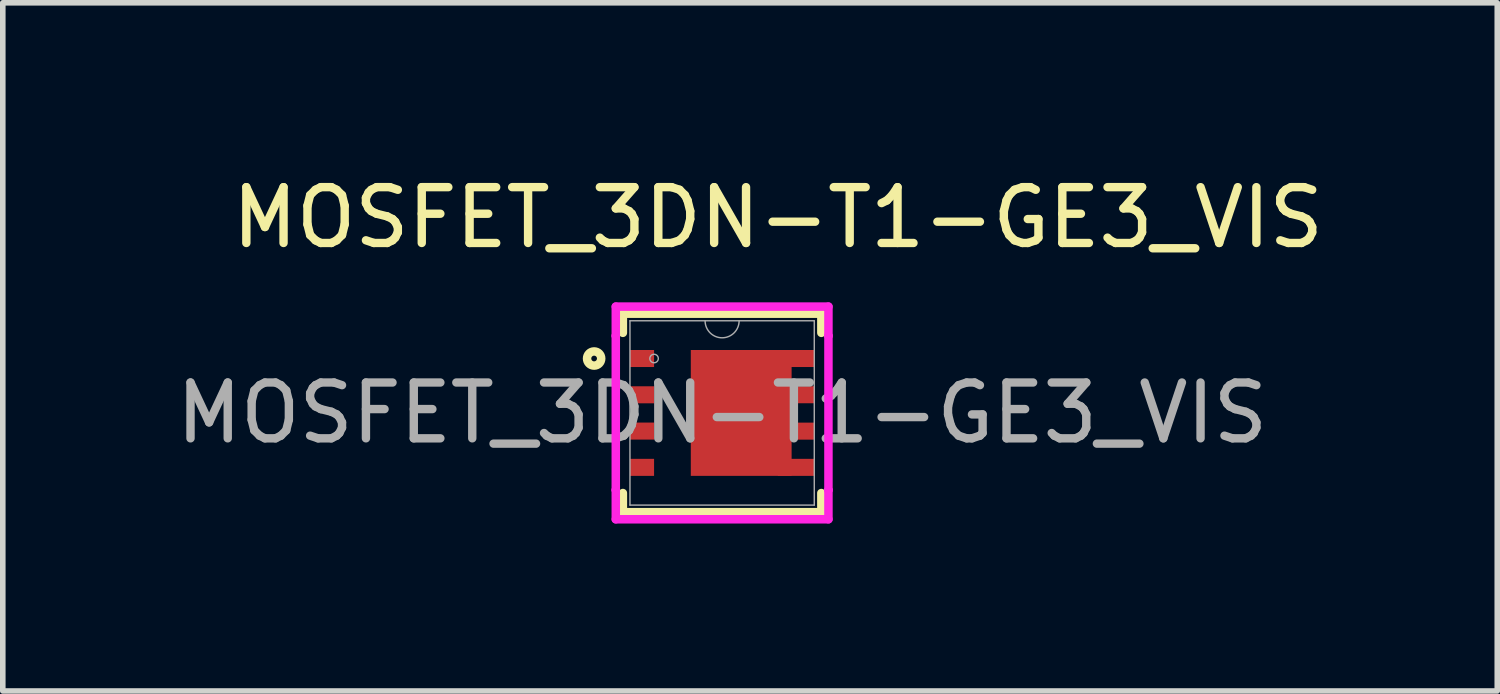
<source format=kicad_pcb>
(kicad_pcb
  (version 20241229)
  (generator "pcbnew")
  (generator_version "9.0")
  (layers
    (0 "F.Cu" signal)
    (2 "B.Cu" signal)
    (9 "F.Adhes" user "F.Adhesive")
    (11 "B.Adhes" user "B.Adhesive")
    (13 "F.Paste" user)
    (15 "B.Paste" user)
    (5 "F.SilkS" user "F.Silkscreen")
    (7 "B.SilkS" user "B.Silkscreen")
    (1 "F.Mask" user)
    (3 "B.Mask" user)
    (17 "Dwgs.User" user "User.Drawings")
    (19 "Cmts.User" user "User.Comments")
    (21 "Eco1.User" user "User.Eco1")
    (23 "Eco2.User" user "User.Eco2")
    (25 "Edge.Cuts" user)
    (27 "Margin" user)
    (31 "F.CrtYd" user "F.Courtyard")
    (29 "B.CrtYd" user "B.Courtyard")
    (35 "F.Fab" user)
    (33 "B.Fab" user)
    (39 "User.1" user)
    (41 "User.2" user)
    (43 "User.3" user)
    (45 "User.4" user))
  (footprint "MOSFET_3DN-T1-GE3_VIS"
    (layer "F.Cu")
    (at 9.887 4.348)
    (property "Reference" "MOSFET_3DN-T1-GE3_VIS" (at 1 -3.5 0) (unlocked yes) (layer "F.SilkS") (effects (font (size 1 1) (thickness 0.15))))
    (attr smd)
    (fp_poly (pts (xy -0.559 -1.126) (xy 1.651 -1.127) (xy 1.651 -0.823) (xy 1.245 -0.823) (xy 1.245 -0.477) (xy 1.651 -0.477) (xy 1.651 -0.173) (xy 1.245 -0.173) (xy 1.245 0.173) (xy 1.651 0.173) (xy 1.651 0.477) (xy 1.245 0.477) (xy 1.245 0.823) (xy 1.651 0.823) (xy 1.651 1.127) (xy -0.559 1.126)) (stroke (width 0) (type solid)) (fill yes) (layer "F.Mask"))
    (fp_line (start -1.778 -1.778) (end -1.778 -1.435) (stroke (width 0.152) (type solid)) (layer "F.SilkS"))
    (fp_line (start -1.778 1.435) (end -1.778 1.778) (stroke (width 0.152) (type solid)) (layer "F.SilkS"))
    (fp_line (start -1.778 1.778) (end 1.778 1.778) (stroke (width 0.152) (type solid)) (layer "F.SilkS"))
    (fp_line (start 1.778 -1.778) (end -1.778 -1.778) (stroke (width 0.152) (type solid)) (layer "F.SilkS"))
    (fp_line (start 1.778 -1.435) (end 1.778 -1.778) (stroke (width 0.152) (type solid)) (layer "F.SilkS"))
    (fp_line (start 1.778 1.778) (end 1.778 1.435) (stroke (width 0.152) (type solid)) (layer "F.SilkS"))
    (fp_circle (center -2.293 -0.975) (end -2.166 -0.975) (stroke (width 0.152) (type solid)) (fill no) (layer "F.SilkS"))
    (fp_poly (pts (xy -0.559 -1.126) (xy 1.651 -1.127) (xy 1.651 -0.823) (xy 1.245 -0.823) (xy 1.245 -0.477) (xy 1.651 -0.477) (xy 1.651 -0.173) (xy 1.245 -0.173) (xy 1.245 0.173) (xy 1.651 0.173) (xy 1.651 0.477) (xy 1.245 0.477) (xy 1.245 0.823) (xy 1.651 0.823) (xy 1.651 1.127) (xy -0.559 1.126)) (stroke (width 0) (type solid)) (fill yes) (layer "F.Paste"))
    (fp_line (start -1.905 -1.905) (end 1.905 -1.905) (stroke (width 0.152) (type solid)) (layer "F.CrtYd"))
    (fp_line (start -1.905 -1.381) (end -1.905 -1.905) (stroke (width 0.152) (type solid)) (layer "F.CrtYd"))
    (fp_line (start -1.905 -1.381) (end -1.905 -1.381) (stroke (width 0.152) (type solid)) (layer "F.CrtYd"))
    (fp_line (start -1.905 1.381) (end -1.905 -1.381) (stroke (width 0.152) (type solid)) (layer "F.CrtYd"))
    (fp_line (start -1.905 1.381) (end -1.905 1.381) (stroke (width 0.152) (type solid)) (layer "F.CrtYd"))
    (fp_line (start -1.905 1.905) (end -1.905 1.381) (stroke (width 0.152) (type solid)) (layer "F.CrtYd"))
    (fp_line (start 1.905 -1.905) (end 1.905 -1.381) (stroke (width 0.152) (type solid)) (layer "F.CrtYd"))
    (fp_line (start 1.905 -1.381) (end 1.905 -1.381) (stroke (width 0.152) (type solid)) (layer "F.CrtYd"))
    (fp_line (start 1.905 -1.381) (end 1.905 1.381) (stroke (width 0.152) (type solid)) (layer "F.CrtYd"))
    (fp_line (start 1.905 1.381) (end 1.905 1.381) (stroke (width 0.152) (type solid)) (layer "F.CrtYd"))
    (fp_line (start 1.905 1.381) (end 1.905 1.905) (stroke (width 0.152) (type solid)) (layer "F.CrtYd"))
    (fp_line (start 1.905 1.905) (end -1.905 1.905) (stroke (width 0.152) (type solid)) (layer "F.CrtYd"))
    (fp_line (start -1.651 -1.651) (end -1.651 1.651) (stroke (width 0.025) (type solid)) (layer "F.Fab"))
    (fp_line (start -1.651 1.651) (end 1.651 1.651) (stroke (width 0.025) (type solid)) (layer "F.Fab"))
    (fp_line (start 1.651 -1.651) (end -1.651 -1.651) (stroke (width 0.025) (type solid)) (layer "F.Fab"))
    (fp_line (start 1.651 1.651) (end 1.651 -1.651) (stroke (width 0.025) (type solid)) (layer "F.Fab"))
    (fp_arc (start 0.3048 -1.651) (mid 0 -1.3462) (end -0.3048 -1.651) (stroke (width 0.0254) (type solid)) (layer "F.Fab"))
    (fp_circle (center -1.219 -0.975) (end -1.143 -0.975) (stroke (width 0.025) (type solid)) (fill no) (layer "F.Fab"))
    (fp_text user "${REFERENCE}" (at 0 0 0) (unlocked yes) (layer "F.Fab") (effects (font (size 1 1) (thickness 0.15))))
    (pad "1" smd rect (at -1.435 -0.975) (size 0.432 0.305) (layers "F.Cu" "F.Mask" "F.Paste"))
    (pad "2" smd rect (at -1.435 -0.325) (size 0.432 0.305) (layers "F.Cu" "F.Mask" "F.Paste"))
    (pad "3" smd rect (at -1.435 0.325) (size 0.432 0.305) (layers "F.Cu" "F.Mask" "F.Paste"))
    (pad "4" smd rect (at -1.435 0.975) (size 0.432 0.305) (layers "F.Cu" "F.Mask" "F.Paste"))
    (pad "5" smd rect (at 0.342 -0.000132) (size 1.806 2.255) (layers "F.Cu" "F.Mask" "F.Paste"))
    (pad "5" smd rect (at 1.324 0.975) (size 0.652 0.305) (layers "F.Cu" "F.Mask" "F.Paste"))
    (pad "5" smd rect (at 1.326 -0.326) (size 0.652 0.305) (layers "F.Cu" "F.Mask" "F.Paste"))
    (pad "5" smd rect (at 1.326 0.326) (size 0.652 0.305) (layers "F.Cu" "F.Mask" "F.Paste"))
    (pad "5" smd rect (at 1.326 -0.975) (size 0.652 0.305) (layers "F.Cu" "F.Mask" "F.Paste")))
  (gr_rect
    (start -3 -3)
    (end 23.774 9.329)
    (stroke (width 0.1) (type default))
    (fill no)
    (layer "Edge.Cuts")))
</source>
